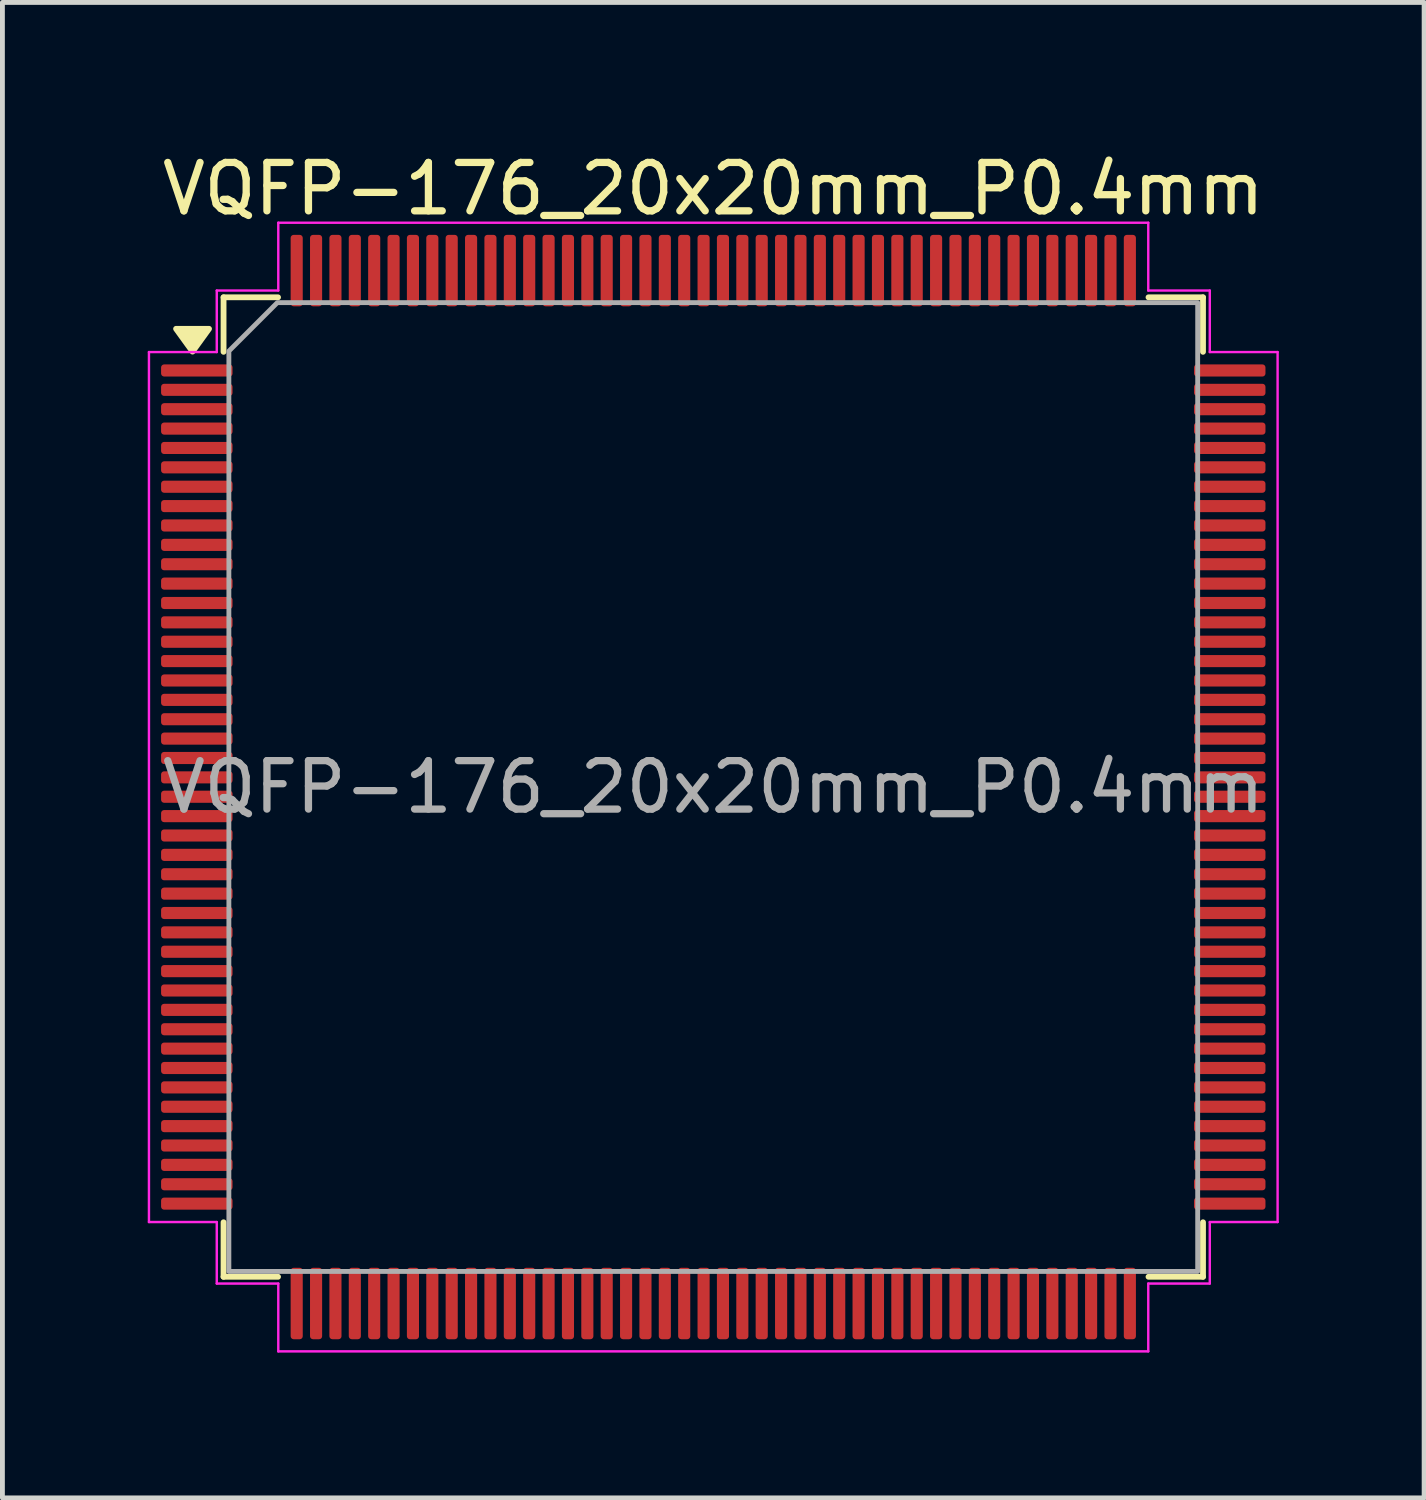
<source format=kicad_pcb>
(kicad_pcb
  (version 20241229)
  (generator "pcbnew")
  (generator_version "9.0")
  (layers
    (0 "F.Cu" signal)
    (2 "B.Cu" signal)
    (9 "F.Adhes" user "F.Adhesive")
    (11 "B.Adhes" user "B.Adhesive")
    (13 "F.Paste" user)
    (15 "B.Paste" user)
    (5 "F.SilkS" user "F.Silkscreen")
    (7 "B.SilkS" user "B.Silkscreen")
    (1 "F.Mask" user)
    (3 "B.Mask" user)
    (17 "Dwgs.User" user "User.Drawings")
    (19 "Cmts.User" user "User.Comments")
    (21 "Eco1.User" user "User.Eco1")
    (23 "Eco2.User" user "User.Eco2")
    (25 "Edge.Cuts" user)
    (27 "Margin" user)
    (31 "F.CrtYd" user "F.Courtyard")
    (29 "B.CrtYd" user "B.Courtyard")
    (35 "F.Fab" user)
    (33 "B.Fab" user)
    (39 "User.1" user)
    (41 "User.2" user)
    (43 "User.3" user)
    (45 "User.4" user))
  (footprint "VQFP-176_20x20mm_P0.4mm"
    (layer "F.Cu")
    (at 11.675 13.198)
    (property "Reference" "VQFP-176_20x20mm_P0.4mm" (at 0 -12.35 0) (layer "F.SilkS") (effects (font (size 1 1) (thickness 0.15))))
    (attr smd)
    (fp_line (start -10.11 -10.11) (end -8.985 -10.11) (stroke (width 0.12) (type solid)) (layer "F.SilkS"))
    (fp_line (start -10.11 -8.985) (end -10.11 -10.11) (stroke (width 0.12) (type solid)) (layer "F.SilkS"))
    (fp_line (start -10.11 10.11) (end -10.11 8.985) (stroke (width 0.12) (type solid)) (layer "F.SilkS"))
    (fp_line (start -8.985 10.11) (end -10.11 10.11) (stroke (width 0.12) (type solid)) (layer "F.SilkS"))
    (fp_line (start 8.985 -10.11) (end 10.11 -10.11) (stroke (width 0.12) (type solid)) (layer "F.SilkS"))
    (fp_line (start 10.11 -10.11) (end 10.11 -8.985) (stroke (width 0.12) (type solid)) (layer "F.SilkS"))
    (fp_line (start 10.11 8.985) (end 10.11 10.11) (stroke (width 0.12) (type solid)) (layer "F.SilkS"))
    (fp_line (start 10.11 10.11) (end 8.985 10.11) (stroke (width 0.12) (type solid)) (layer "F.SilkS"))
    (fp_poly (pts (xy -10.75 -8.99) (xy -11.09 -9.46) (xy -10.41 -9.46)) (stroke (width 0.12) (type solid)) (fill yes) (layer "F.SilkS"))
    (fp_line (start -11.65 -8.98) (end -10.25 -8.98) (stroke (width 0.05) (type solid)) (layer "F.CrtYd"))
    (fp_line (start -11.65 8.98) (end -11.65 -8.98) (stroke (width 0.05) (type solid)) (layer "F.CrtYd"))
    (fp_line (start -10.25 -10.25) (end -8.98 -10.25) (stroke (width 0.05) (type solid)) (layer "F.CrtYd"))
    (fp_line (start -10.25 -8.98) (end -10.25 -10.25) (stroke (width 0.05) (type solid)) (layer "F.CrtYd"))
    (fp_line (start -10.25 8.98) (end -11.65 8.98) (stroke (width 0.05) (type solid)) (layer "F.CrtYd"))
    (fp_line (start -10.25 10.25) (end -10.25 8.98) (stroke (width 0.05) (type solid)) (layer "F.CrtYd"))
    (fp_line (start -8.98 -11.65) (end 8.98 -11.65) (stroke (width 0.05) (type solid)) (layer "F.CrtYd"))
    (fp_line (start -8.98 -10.25) (end -8.98 -11.65) (stroke (width 0.05) (type solid)) (layer "F.CrtYd"))
    (fp_line (start -8.98 10.25) (end -10.25 10.25) (stroke (width 0.05) (type solid)) (layer "F.CrtYd"))
    (fp_line (start -8.98 11.65) (end -8.98 10.25) (stroke (width 0.05) (type solid)) (layer "F.CrtYd"))
    (fp_line (start 8.98 -11.65) (end 8.98 -10.25) (stroke (width 0.05) (type solid)) (layer "F.CrtYd"))
    (fp_line (start 8.98 -10.25) (end 10.25 -10.25) (stroke (width 0.05) (type solid)) (layer "F.CrtYd"))
    (fp_line (start 8.98 10.25) (end 8.98 11.65) (stroke (width 0.05) (type solid)) (layer "F.CrtYd"))
    (fp_line (start 8.98 11.65) (end -8.98 11.65) (stroke (width 0.05) (type solid)) (layer "F.CrtYd"))
    (fp_line (start 10.25 -10.25) (end 10.25 -8.98) (stroke (width 0.05) (type solid)) (layer "F.CrtYd"))
    (fp_line (start 10.25 -8.98) (end 11.65 -8.98) (stroke (width 0.05) (type solid)) (layer "F.CrtYd"))
    (fp_line (start 10.25 8.98) (end 10.25 10.25) (stroke (width 0.05) (type solid)) (layer "F.CrtYd"))
    (fp_line (start 10.25 10.25) (end 8.98 10.25) (stroke (width 0.05) (type solid)) (layer "F.CrtYd"))
    (fp_line (start 11.65 -8.98) (end 11.65 8.98) (stroke (width 0.05) (type solid)) (layer "F.CrtYd"))
    (fp_line (start 11.65 8.98) (end 10.25 8.98) (stroke (width 0.05) (type solid)) (layer "F.CrtYd"))
    (fp_poly (pts (xy -10 -9) (xy -10 10) (xy 10 10) (xy 10 -10) (xy -9 -10)) (stroke (width 0.1) (type solid)) (fill no) (layer "F.Fab"))
    (fp_text user "${REFERENCE}" (at 0 0 0) (layer "F.Fab") (effects (font (size 1 1) (thickness 0.15))))
    (pad "1" smd roundrect (at -10.662 -8.6) (size 1.475 0.25) (layers "F.Cu" "F.Mask" "F.Paste") (roundrect_rratio 0.25))
    (pad "2" smd roundrect (at -10.662 -8.2) (size 1.475 0.25) (layers "F.Cu" "F.Mask" "F.Paste") (roundrect_rratio 0.25))
    (pad "3" smd roundrect (at -10.662 -7.8) (size 1.475 0.25) (layers "F.Cu" "F.Mask" "F.Paste") (roundrect_rratio 0.25))
    (pad "4" smd roundrect (at -10.662 -7.4) (size 1.475 0.25) (layers "F.Cu" "F.Mask" "F.Paste") (roundrect_rratio 0.25))
    (pad "5" smd roundrect (at -10.662 -7) (size 1.475 0.25) (layers "F.Cu" "F.Mask" "F.Paste") (roundrect_rratio 0.25))
    (pad "6" smd roundrect (at -10.662 -6.6) (size 1.475 0.25) (layers "F.Cu" "F.Mask" "F.Paste") (roundrect_rratio 0.25))
    (pad "7" smd roundrect (at -10.662 -6.2) (size 1.475 0.25) (layers "F.Cu" "F.Mask" "F.Paste") (roundrect_rratio 0.25))
    (pad "8" smd roundrect (at -10.662 -5.8) (size 1.475 0.25) (layers "F.Cu" "F.Mask" "F.Paste") (roundrect_rratio 0.25))
    (pad "9" smd roundrect (at -10.662 -5.4) (size 1.475 0.25) (layers "F.Cu" "F.Mask" "F.Paste") (roundrect_rratio 0.25))
    (pad "10" smd roundrect (at -10.662 -5) (size 1.475 0.25) (layers "F.Cu" "F.Mask" "F.Paste") (roundrect_rratio 0.25))
    (pad "11" smd roundrect (at -10.662 -4.6) (size 1.475 0.25) (layers "F.Cu" "F.Mask" "F.Paste") (roundrect_rratio 0.25))
    (pad "12" smd roundrect (at -10.662 -4.2) (size 1.475 0.25) (layers "F.Cu" "F.Mask" "F.Paste") (roundrect_rratio 0.25))
    (pad "13" smd roundrect (at -10.662 -3.8) (size 1.475 0.25) (layers "F.Cu" "F.Mask" "F.Paste") (roundrect_rratio 0.25))
    (pad "14" smd roundrect (at -10.662 -3.4) (size 1.475 0.25) (layers "F.Cu" "F.Mask" "F.Paste") (roundrect_rratio 0.25))
    (pad "15" smd roundrect (at -10.662 -3) (size 1.475 0.25) (layers "F.Cu" "F.Mask" "F.Paste") (roundrect_rratio 0.25))
    (pad "16" smd roundrect (at -10.662 -2.6) (size 1.475 0.25) (layers "F.Cu" "F.Mask" "F.Paste") (roundrect_rratio 0.25))
    (pad "17" smd roundrect (at -10.662 -2.2) (size 1.475 0.25) (layers "F.Cu" "F.Mask" "F.Paste") (roundrect_rratio 0.25))
    (pad "18" smd roundrect (at -10.662 -1.8) (size 1.475 0.25) (layers "F.Cu" "F.Mask" "F.Paste") (roundrect_rratio 0.25))
    (pad "19" smd roundrect (at -10.662 -1.4) (size 1.475 0.25) (layers "F.Cu" "F.Mask" "F.Paste") (roundrect_rratio 0.25))
    (pad "20" smd roundrect (at -10.662 -1) (size 1.475 0.25) (layers "F.Cu" "F.Mask" "F.Paste") (roundrect_rratio 0.25))
    (pad "21" smd roundrect (at -10.662 -0.6) (size 1.475 0.25) (layers "F.Cu" "F.Mask" "F.Paste") (roundrect_rratio 0.25))
    (pad "22" smd roundrect (at -10.662 -0.2) (size 1.475 0.25) (layers "F.Cu" "F.Mask" "F.Paste") (roundrect_rratio 0.25))
    (pad "23" smd roundrect (at -10.662 0.2) (size 1.475 0.25) (layers "F.Cu" "F.Mask" "F.Paste") (roundrect_rratio 0.25))
    (pad "24" smd roundrect (at -10.662 0.6) (size 1.475 0.25) (layers "F.Cu" "F.Mask" "F.Paste") (roundrect_rratio 0.25))
    (pad "25" smd roundrect (at -10.662 1) (size 1.475 0.25) (layers "F.Cu" "F.Mask" "F.Paste") (roundrect_rratio 0.25))
    (pad "26" smd roundrect (at -10.662 1.4) (size 1.475 0.25) (layers "F.Cu" "F.Mask" "F.Paste") (roundrect_rratio 0.25))
    (pad "27" smd roundrect (at -10.662 1.8) (size 1.475 0.25) (layers "F.Cu" "F.Mask" "F.Paste") (roundrect_rratio 0.25))
    (pad "28" smd roundrect (at -10.662 2.2) (size 1.475 0.25) (layers "F.Cu" "F.Mask" "F.Paste") (roundrect_rratio 0.25))
    (pad "29" smd roundrect (at -10.662 2.6) (size 1.475 0.25) (layers "F.Cu" "F.Mask" "F.Paste") (roundrect_rratio 0.25))
    (pad "30" smd roundrect (at -10.662 3) (size 1.475 0.25) (layers "F.Cu" "F.Mask" "F.Paste") (roundrect_rratio 0.25))
    (pad "31" smd roundrect (at -10.662 3.4) (size 1.475 0.25) (layers "F.Cu" "F.Mask" "F.Paste") (roundrect_rratio 0.25))
    (pad "32" smd roundrect (at -10.662 3.8) (size 1.475 0.25) (layers "F.Cu" "F.Mask" "F.Paste") (roundrect_rratio 0.25))
    (pad "33" smd roundrect (at -10.662 4.2) (size 1.475 0.25) (layers "F.Cu" "F.Mask" "F.Paste") (roundrect_rratio 0.25))
    (pad "34" smd roundrect (at -10.662 4.6) (size 1.475 0.25) (layers "F.Cu" "F.Mask" "F.Paste") (roundrect_rratio 0.25))
    (pad "35" smd roundrect (at -10.662 5) (size 1.475 0.25) (layers "F.Cu" "F.Mask" "F.Paste") (roundrect_rratio 0.25))
    (pad "36" smd roundrect (at -10.662 5.4) (size 1.475 0.25) (layers "F.Cu" "F.Mask" "F.Paste") (roundrect_rratio 0.25))
    (pad "37" smd roundrect (at -10.662 5.8) (size 1.475 0.25) (layers "F.Cu" "F.Mask" "F.Paste") (roundrect_rratio 0.25))
    (pad "38" smd roundrect (at -10.662 6.2) (size 1.475 0.25) (layers "F.Cu" "F.Mask" "F.Paste") (roundrect_rratio 0.25))
    (pad "39" smd roundrect (at -10.662 6.6) (size 1.475 0.25) (layers "F.Cu" "F.Mask" "F.Paste") (roundrect_rratio 0.25))
    (pad "40" smd roundrect (at -10.662 7) (size 1.475 0.25) (layers "F.Cu" "F.Mask" "F.Paste") (roundrect_rratio 0.25))
    (pad "41" smd roundrect (at -10.662 7.4) (size 1.475 0.25) (layers "F.Cu" "F.Mask" "F.Paste") (roundrect_rratio 0.25))
    (pad "42" smd roundrect (at -10.662 7.8) (size 1.475 0.25) (layers "F.Cu" "F.Mask" "F.Paste") (roundrect_rratio 0.25))
    (pad "43" smd roundrect (at -10.662 8.2) (size 1.475 0.25) (layers "F.Cu" "F.Mask" "F.Paste") (roundrect_rratio 0.25))
    (pad "44" smd roundrect (at -10.662 8.6) (size 1.475 0.25) (layers "F.Cu" "F.Mask" "F.Paste") (roundrect_rratio 0.25))
    (pad "45" smd roundrect (at -8.6 10.662) (size 0.25 1.475) (layers "F.Cu" "F.Mask" "F.Paste") (roundrect_rratio 0.25))
    (pad "46" smd roundrect (at -8.2 10.662) (size 0.25 1.475) (layers "F.Cu" "F.Mask" "F.Paste") (roundrect_rratio 0.25))
    (pad "47" smd roundrect (at -7.8 10.662) (size 0.25 1.475) (layers "F.Cu" "F.Mask" "F.Paste") (roundrect_rratio 0.25))
    (pad "48" smd roundrect (at -7.4 10.662) (size 0.25 1.475) (layers "F.Cu" "F.Mask" "F.Paste") (roundrect_rratio 0.25))
    (pad "49" smd roundrect (at -7 10.662) (size 0.25 1.475) (layers "F.Cu" "F.Mask" "F.Paste") (roundrect_rratio 0.25))
    (pad "50" smd roundrect (at -6.6 10.662) (size 0.25 1.475) (layers "F.Cu" "F.Mask" "F.Paste") (roundrect_rratio 0.25))
    (pad "51" smd roundrect (at -6.2 10.662) (size 0.25 1.475) (layers "F.Cu" "F.Mask" "F.Paste") (roundrect_rratio 0.25))
    (pad "52" smd roundrect (at -5.8 10.662) (size 0.25 1.475) (layers "F.Cu" "F.Mask" "F.Paste") (roundrect_rratio 0.25))
    (pad "53" smd roundrect (at -5.4 10.662) (size 0.25 1.475) (layers "F.Cu" "F.Mask" "F.Paste") (roundrect_rratio 0.25))
    (pad "54" smd roundrect (at -5 10.662) (size 0.25 1.475) (layers "F.Cu" "F.Mask" "F.Paste") (roundrect_rratio 0.25))
    (pad "55" smd roundrect (at -4.6 10.662) (size 0.25 1.475) (layers "F.Cu" "F.Mask" "F.Paste") (roundrect_rratio 0.25))
    (pad "56" smd roundrect (at -4.2 10.662) (size 0.25 1.475) (layers "F.Cu" "F.Mask" "F.Paste") (roundrect_rratio 0.25))
    (pad "57" smd roundrect (at -3.8 10.662) (size 0.25 1.475) (layers "F.Cu" "F.Mask" "F.Paste") (roundrect_rratio 0.25))
    (pad "58" smd roundrect (at -3.4 10.662) (size 0.25 1.475) (layers "F.Cu" "F.Mask" "F.Paste") (roundrect_rratio 0.25))
    (pad "59" smd roundrect (at -3 10.662) (size 0.25 1.475) (layers "F.Cu" "F.Mask" "F.Paste") (roundrect_rratio 0.25))
    (pad "60" smd roundrect (at -2.6 10.662) (size 0.25 1.475) (layers "F.Cu" "F.Mask" "F.Paste") (roundrect_rratio 0.25))
    (pad "61" smd roundrect (at -2.2 10.662) (size 0.25 1.475) (layers "F.Cu" "F.Mask" "F.Paste") (roundrect_rratio 0.25))
    (pad "62" smd roundrect (at -1.8 10.662) (size 0.25 1.475) (layers "F.Cu" "F.Mask" "F.Paste") (roundrect_rratio 0.25))
    (pad "63" smd roundrect (at -1.4 10.662) (size 0.25 1.475) (layers "F.Cu" "F.Mask" "F.Paste") (roundrect_rratio 0.25))
    (pad "64" smd roundrect (at -1 10.662) (size 0.25 1.475) (layers "F.Cu" "F.Mask" "F.Paste") (roundrect_rratio 0.25))
    (pad "65" smd roundrect (at -0.6 10.662) (size 0.25 1.475) (layers "F.Cu" "F.Mask" "F.Paste") (roundrect_rratio 0.25))
    (pad "66" smd roundrect (at -0.2 10.662) (size 0.25 1.475) (layers "F.Cu" "F.Mask" "F.Paste") (roundrect_rratio 0.25))
    (pad "67" smd roundrect (at 0.2 10.662) (size 0.25 1.475) (layers "F.Cu" "F.Mask" "F.Paste") (roundrect_rratio 0.25))
    (pad "68" smd roundrect (at 0.6 10.662) (size 0.25 1.475) (layers "F.Cu" "F.Mask" "F.Paste") (roundrect_rratio 0.25))
    (pad "69" smd roundrect (at 1 10.662) (size 0.25 1.475) (layers "F.Cu" "F.Mask" "F.Paste") (roundrect_rratio 0.25))
    (pad "70" smd roundrect (at 1.4 10.662) (size 0.25 1.475) (layers "F.Cu" "F.Mask" "F.Paste") (roundrect_rratio 0.25))
    (pad "71" smd roundrect (at 1.8 10.662) (size 0.25 1.475) (layers "F.Cu" "F.Mask" "F.Paste") (roundrect_rratio 0.25))
    (pad "72" smd roundrect (at 2.2 10.662) (size 0.25 1.475) (layers "F.Cu" "F.Mask" "F.Paste") (roundrect_rratio 0.25))
    (pad "73" smd roundrect (at 2.6 10.662) (size 0.25 1.475) (layers "F.Cu" "F.Mask" "F.Paste") (roundrect_rratio 0.25))
    (pad "74" smd roundrect (at 3 10.662) (size 0.25 1.475) (layers "F.Cu" "F.Mask" "F.Paste") (roundrect_rratio 0.25))
    (pad "75" smd roundrect (at 3.4 10.662) (size 0.25 1.475) (layers "F.Cu" "F.Mask" "F.Paste") (roundrect_rratio 0.25))
    (pad "76" smd roundrect (at 3.8 10.662) (size 0.25 1.475) (layers "F.Cu" "F.Mask" "F.Paste") (roundrect_rratio 0.25))
    (pad "77" smd roundrect (at 4.2 10.662) (size 0.25 1.475) (layers "F.Cu" "F.Mask" "F.Paste") (roundrect_rratio 0.25))
    (pad "78" smd roundrect (at 4.6 10.662) (size 0.25 1.475) (layers "F.Cu" "F.Mask" "F.Paste") (roundrect_rratio 0.25))
    (pad "79" smd roundrect (at 5 10.662) (size 0.25 1.475) (layers "F.Cu" "F.Mask" "F.Paste") (roundrect_rratio 0.25))
    (pad "80" smd roundrect (at 5.4 10.662) (size 0.25 1.475) (layers "F.Cu" "F.Mask" "F.Paste") (roundrect_rratio 0.25))
    (pad "81" smd roundrect (at 5.8 10.662) (size 0.25 1.475) (layers "F.Cu" "F.Mask" "F.Paste") (roundrect_rratio 0.25))
    (pad "82" smd roundrect (at 6.2 10.662) (size 0.25 1.475) (layers "F.Cu" "F.Mask" "F.Paste") (roundrect_rratio 0.25))
    (pad "83" smd roundrect (at 6.6 10.662) (size 0.25 1.475) (layers "F.Cu" "F.Mask" "F.Paste") (roundrect_rratio 0.25))
    (pad "84" smd roundrect (at 7 10.662) (size 0.25 1.475) (layers "F.Cu" "F.Mask" "F.Paste") (roundrect_rratio 0.25))
    (pad "85" smd roundrect (at 7.4 10.662) (size 0.25 1.475) (layers "F.Cu" "F.Mask" "F.Paste") (roundrect_rratio 0.25))
    (pad "86" smd roundrect (at 7.8 10.662) (size 0.25 1.475) (layers "F.Cu" "F.Mask" "F.Paste") (roundrect_rratio 0.25))
    (pad "87" smd roundrect (at 8.2 10.662) (size 0.25 1.475) (layers "F.Cu" "F.Mask" "F.Paste") (roundrect_rratio 0.25))
    (pad "88" smd roundrect (at 8.6 10.662) (size 0.25 1.475) (layers "F.Cu" "F.Mask" "F.Paste") (roundrect_rratio 0.25))
    (pad "89" smd roundrect (at 10.662 8.6) (size 1.475 0.25) (layers "F.Cu" "F.Mask" "F.Paste") (roundrect_rratio 0.25))
    (pad "90" smd roundrect (at 10.662 8.2) (size 1.475 0.25) (layers "F.Cu" "F.Mask" "F.Paste") (roundrect_rratio 0.25))
    (pad "91" smd roundrect (at 10.662 7.8) (size 1.475 0.25) (layers "F.Cu" "F.Mask" "F.Paste") (roundrect_rratio 0.25))
    (pad "92" smd roundrect (at 10.662 7.4) (size 1.475 0.25) (layers "F.Cu" "F.Mask" "F.Paste") (roundrect_rratio 0.25))
    (pad "93" smd roundrect (at 10.662 7) (size 1.475 0.25) (layers "F.Cu" "F.Mask" "F.Paste") (roundrect_rratio 0.25))
    (pad "94" smd roundrect (at 10.662 6.6) (size 1.475 0.25) (layers "F.Cu" "F.Mask" "F.Paste") (roundrect_rratio 0.25))
    (pad "95" smd roundrect (at 10.662 6.2) (size 1.475 0.25) (layers "F.Cu" "F.Mask" "F.Paste") (roundrect_rratio 0.25))
    (pad "96" smd roundrect (at 10.662 5.8) (size 1.475 0.25) (layers "F.Cu" "F.Mask" "F.Paste") (roundrect_rratio 0.25))
    (pad "97" smd roundrect (at 10.662 5.4) (size 1.475 0.25) (layers "F.Cu" "F.Mask" "F.Paste") (roundrect_rratio 0.25))
    (pad "98" smd roundrect (at 10.662 5) (size 1.475 0.25) (layers "F.Cu" "F.Mask" "F.Paste") (roundrect_rratio 0.25))
    (pad "99" smd roundrect (at 10.662 4.6) (size 1.475 0.25) (layers "F.Cu" "F.Mask" "F.Paste") (roundrect_rratio 0.25))
    (pad "100" smd roundrect (at 10.662 4.2) (size 1.475 0.25) (layers "F.Cu" "F.Mask" "F.Paste") (roundrect_rratio 0.25))
    (pad "101" smd roundrect (at 10.662 3.8) (size 1.475 0.25) (layers "F.Cu" "F.Mask" "F.Paste") (roundrect_rratio 0.25))
    (pad "102" smd roundrect (at 10.662 3.4) (size 1.475 0.25) (layers "F.Cu" "F.Mask" "F.Paste") (roundrect_rratio 0.25))
    (pad "103" smd roundrect (at 10.662 3) (size 1.475 0.25) (layers "F.Cu" "F.Mask" "F.Paste") (roundrect_rratio 0.25))
    (pad "104" smd roundrect (at 10.662 2.6) (size 1.475 0.25) (layers "F.Cu" "F.Mask" "F.Paste") (roundrect_rratio 0.25))
    (pad "105" smd roundrect (at 10.662 2.2) (size 1.475 0.25) (layers "F.Cu" "F.Mask" "F.Paste") (roundrect_rratio 0.25))
    (pad "106" smd roundrect (at 10.662 1.8) (size 1.475 0.25) (layers "F.Cu" "F.Mask" "F.Paste") (roundrect_rratio 0.25))
    (pad "107" smd roundrect (at 10.662 1.4) (size 1.475 0.25) (layers "F.Cu" "F.Mask" "F.Paste") (roundrect_rratio 0.25))
    (pad "108" smd roundrect (at 10.662 1) (size 1.475 0.25) (layers "F.Cu" "F.Mask" "F.Paste") (roundrect_rratio 0.25))
    (pad "109" smd roundrect (at 10.662 0.6) (size 1.475 0.25) (layers "F.Cu" "F.Mask" "F.Paste") (roundrect_rratio 0.25))
    (pad "110" smd roundrect (at 10.662 0.2) (size 1.475 0.25) (layers "F.Cu" "F.Mask" "F.Paste") (roundrect_rratio 0.25))
    (pad "111" smd roundrect (at 10.662 -0.2) (size 1.475 0.25) (layers "F.Cu" "F.Mask" "F.Paste") (roundrect_rratio 0.25))
    (pad "112" smd roundrect (at 10.662 -0.6) (size 1.475 0.25) (layers "F.Cu" "F.Mask" "F.Paste") (roundrect_rratio 0.25))
    (pad "113" smd roundrect (at 10.662 -1) (size 1.475 0.25) (layers "F.Cu" "F.Mask" "F.Paste") (roundrect_rratio 0.25))
    (pad "114" smd roundrect (at 10.662 -1.4) (size 1.475 0.25) (layers "F.Cu" "F.Mask" "F.Paste") (roundrect_rratio 0.25))
    (pad "115" smd roundrect (at 10.662 -1.8) (size 1.475 0.25) (layers "F.Cu" "F.Mask" "F.Paste") (roundrect_rratio 0.25))
    (pad "116" smd roundrect (at 10.662 -2.2) (size 1.475 0.25) (layers "F.Cu" "F.Mask" "F.Paste") (roundrect_rratio 0.25))
    (pad "117" smd roundrect (at 10.662 -2.6) (size 1.475 0.25) (layers "F.Cu" "F.Mask" "F.Paste") (roundrect_rratio 0.25))
    (pad "118" smd roundrect (at 10.662 -3) (size 1.475 0.25) (layers "F.Cu" "F.Mask" "F.Paste") (roundrect_rratio 0.25))
    (pad "119" smd roundrect (at 10.662 -3.4) (size 1.475 0.25) (layers "F.Cu" "F.Mask" "F.Paste") (roundrect_rratio 0.25))
    (pad "120" smd roundrect (at 10.662 -3.8) (size 1.475 0.25) (layers "F.Cu" "F.Mask" "F.Paste") (roundrect_rratio 0.25))
    (pad "121" smd roundrect (at 10.662 -4.2) (size 1.475 0.25) (layers "F.Cu" "F.Mask" "F.Paste") (roundrect_rratio 0.25))
    (pad "122" smd roundrect (at 10.662 -4.6) (size 1.475 0.25) (layers "F.Cu" "F.Mask" "F.Paste") (roundrect_rratio 0.25))
    (pad "123" smd roundrect (at 10.662 -5) (size 1.475 0.25) (layers "F.Cu" "F.Mask" "F.Paste") (roundrect_rratio 0.25))
    (pad "124" smd roundrect (at 10.662 -5.4) (size 1.475 0.25) (layers "F.Cu" "F.Mask" "F.Paste") (roundrect_rratio 0.25))
    (pad "125" smd roundrect (at 10.662 -5.8) (size 1.475 0.25) (layers "F.Cu" "F.Mask" "F.Paste") (roundrect_rratio 0.25))
    (pad "126" smd roundrect (at 10.662 -6.2) (size 1.475 0.25) (layers "F.Cu" "F.Mask" "F.Paste") (roundrect_rratio 0.25))
    (pad "127" smd roundrect (at 10.662 -6.6) (size 1.475 0.25) (layers "F.Cu" "F.Mask" "F.Paste") (roundrect_rratio 0.25))
    (pad "128" smd roundrect (at 10.662 -7) (size 1.475 0.25) (layers "F.Cu" "F.Mask" "F.Paste") (roundrect_rratio 0.25))
    (pad "129" smd roundrect (at 10.662 -7.4) (size 1.475 0.25) (layers "F.Cu" "F.Mask" "F.Paste") (roundrect_rratio 0.25))
    (pad "130" smd roundrect (at 10.662 -7.8) (size 1.475 0.25) (layers "F.Cu" "F.Mask" "F.Paste") (roundrect_rratio 0.25))
    (pad "131" smd roundrect (at 10.662 -8.2) (size 1.475 0.25) (layers "F.Cu" "F.Mask" "F.Paste") (roundrect_rratio 0.25))
    (pad "132" smd roundrect (at 10.662 -8.6) (size 1.475 0.25) (layers "F.Cu" "F.Mask" "F.Paste") (roundrect_rratio 0.25))
    (pad "133" smd roundrect (at 8.6 -10.662) (size 0.25 1.475) (layers "F.Cu" "F.Mask" "F.Paste") (roundrect_rratio 0.25))
    (pad "134" smd roundrect (at 8.2 -10.662) (size 0.25 1.475) (layers "F.Cu" "F.Mask" "F.Paste") (roundrect_rratio 0.25))
    (pad "135" smd roundrect (at 7.8 -10.662) (size 0.25 1.475) (layers "F.Cu" "F.Mask" "F.Paste") (roundrect_rratio 0.25))
    (pad "136" smd roundrect (at 7.4 -10.662) (size 0.25 1.475) (layers "F.Cu" "F.Mask" "F.Paste") (roundrect_rratio 0.25))
    (pad "137" smd roundrect (at 7 -10.662) (size 0.25 1.475) (layers "F.Cu" "F.Mask" "F.Paste") (roundrect_rratio 0.25))
    (pad "138" smd roundrect (at 6.6 -10.662) (size 0.25 1.475) (layers "F.Cu" "F.Mask" "F.Paste") (roundrect_rratio 0.25))
    (pad "139" smd roundrect (at 6.2 -10.662) (size 0.25 1.475) (layers "F.Cu" "F.Mask" "F.Paste") (roundrect_rratio 0.25))
    (pad "140" smd roundrect (at 5.8 -10.662) (size 0.25 1.475) (layers "F.Cu" "F.Mask" "F.Paste") (roundrect_rratio 0.25))
    (pad "141" smd roundrect (at 5.4 -10.662) (size 0.25 1.475) (layers "F.Cu" "F.Mask" "F.Paste") (roundrect_rratio 0.25))
    (pad "142" smd roundrect (at 5 -10.662) (size 0.25 1.475) (layers "F.Cu" "F.Mask" "F.Paste") (roundrect_rratio 0.25))
    (pad "143" smd roundrect (at 4.6 -10.662) (size 0.25 1.475) (layers "F.Cu" "F.Mask" "F.Paste") (roundrect_rratio 0.25))
    (pad "144" smd roundrect (at 4.2 -10.662) (size 0.25 1.475) (layers "F.Cu" "F.Mask" "F.Paste") (roundrect_rratio 0.25))
    (pad "145" smd roundrect (at 3.8 -10.662) (size 0.25 1.475) (layers "F.Cu" "F.Mask" "F.Paste") (roundrect_rratio 0.25))
    (pad "146" smd roundrect (at 3.4 -10.662) (size 0.25 1.475) (layers "F.Cu" "F.Mask" "F.Paste") (roundrect_rratio 0.25))
    (pad "147" smd roundrect (at 3 -10.662) (size 0.25 1.475) (layers "F.Cu" "F.Mask" "F.Paste") (roundrect_rratio 0.25))
    (pad "148" smd roundrect (at 2.6 -10.662) (size 0.25 1.475) (layers "F.Cu" "F.Mask" "F.Paste") (roundrect_rratio 0.25))
    (pad "149" smd roundrect (at 2.2 -10.662) (size 0.25 1.475) (layers "F.Cu" "F.Mask" "F.Paste") (roundrect_rratio 0.25))
    (pad "150" smd roundrect (at 1.8 -10.662) (size 0.25 1.475) (layers "F.Cu" "F.Mask" "F.Paste") (roundrect_rratio 0.25))
    (pad "151" smd roundrect (at 1.4 -10.662) (size 0.25 1.475) (layers "F.Cu" "F.Mask" "F.Paste") (roundrect_rratio 0.25))
    (pad "152" smd roundrect (at 1 -10.662) (size 0.25 1.475) (layers "F.Cu" "F.Mask" "F.Paste") (roundrect_rratio 0.25))
    (pad "153" smd roundrect (at 0.6 -10.662) (size 0.25 1.475) (layers "F.Cu" "F.Mask" "F.Paste") (roundrect_rratio 0.25))
    (pad "154" smd roundrect (at 0.2 -10.662) (size 0.25 1.475) (layers "F.Cu" "F.Mask" "F.Paste") (roundrect_rratio 0.25))
    (pad "155" smd roundrect (at -0.2 -10.662) (size 0.25 1.475) (layers "F.Cu" "F.Mask" "F.Paste") (roundrect_rratio 0.25))
    (pad "156" smd roundrect (at -0.6 -10.662) (size 0.25 1.475) (layers "F.Cu" "F.Mask" "F.Paste") (roundrect_rratio 0.25))
    (pad "157" smd roundrect (at -1 -10.662) (size 0.25 1.475) (layers "F.Cu" "F.Mask" "F.Paste") (roundrect_rratio 0.25))
    (pad "158" smd roundrect (at -1.4 -10.662) (size 0.25 1.475) (layers "F.Cu" "F.Mask" "F.Paste") (roundrect_rratio 0.25))
    (pad "159" smd roundrect (at -1.8 -10.662) (size 0.25 1.475) (layers "F.Cu" "F.Mask" "F.Paste") (roundrect_rratio 0.25))
    (pad "160" smd roundrect (at -2.2 -10.662) (size 0.25 1.475) (layers "F.Cu" "F.Mask" "F.Paste") (roundrect_rratio 0.25))
    (pad "161" smd roundrect (at -2.6 -10.662) (size 0.25 1.475) (layers "F.Cu" "F.Mask" "F.Paste") (roundrect_rratio 0.25))
    (pad "162" smd roundrect (at -3 -10.662) (size 0.25 1.475) (layers "F.Cu" "F.Mask" "F.Paste") (roundrect_rratio 0.25))
    (pad "163" smd roundrect (at -3.4 -10.662) (size 0.25 1.475) (layers "F.Cu" "F.Mask" "F.Paste") (roundrect_rratio 0.25))
    (pad "164" smd roundrect (at -3.8 -10.662) (size 0.25 1.475) (layers "F.Cu" "F.Mask" "F.Paste") (roundrect_rratio 0.25))
    (pad "165" smd roundrect (at -4.2 -10.662) (size 0.25 1.475) (layers "F.Cu" "F.Mask" "F.Paste") (roundrect_rratio 0.25))
    (pad "166" smd roundrect (at -4.6 -10.662) (size 0.25 1.475) (layers "F.Cu" "F.Mask" "F.Paste") (roundrect_rratio 0.25))
    (pad "167" smd roundrect (at -5 -10.662) (size 0.25 1.475) (layers "F.Cu" "F.Mask" "F.Paste") (roundrect_rratio 0.25))
    (pad "168" smd roundrect (at -5.4 -10.662) (size 0.25 1.475) (layers "F.Cu" "F.Mask" "F.Paste") (roundrect_rratio 0.25))
    (pad "169" smd roundrect (at -5.8 -10.662) (size 0.25 1.475) (layers "F.Cu" "F.Mask" "F.Paste") (roundrect_rratio 0.25))
    (pad "170" smd roundrect (at -6.2 -10.662) (size 0.25 1.475) (layers "F.Cu" "F.Mask" "F.Paste") (roundrect_rratio 0.25))
    (pad "171" smd roundrect (at -6.6 -10.662) (size 0.25 1.475) (layers "F.Cu" "F.Mask" "F.Paste") (roundrect_rratio 0.25))
    (pad "172" smd roundrect (at -7 -10.662) (size 0.25 1.475) (layers "F.Cu" "F.Mask" "F.Paste") (roundrect_rratio 0.25))
    (pad "173" smd roundrect (at -7.4 -10.662) (size 0.25 1.475) (layers "F.Cu" "F.Mask" "F.Paste") (roundrect_rratio 0.25))
    (pad "174" smd roundrect (at -7.8 -10.662) (size 0.25 1.475) (layers "F.Cu" "F.Mask" "F.Paste") (roundrect_rratio 0.25))
    (pad "175" smd roundrect (at -8.2 -10.662) (size 0.25 1.475) (layers "F.Cu" "F.Mask" "F.Paste") (roundrect_rratio 0.25))
    (pad "176" smd roundrect (at -8.6 -10.662) (size 0.25 1.475) (layers "F.Cu" "F.Mask" "F.Paste") (roundrect_rratio 0.25)))
  (gr_rect
    (start -3 -3)
    (end 26.35 27.873)
    (stroke (width 0.1) (type default))
    (fill no)
    (layer "Edge.Cuts")))
</source>
